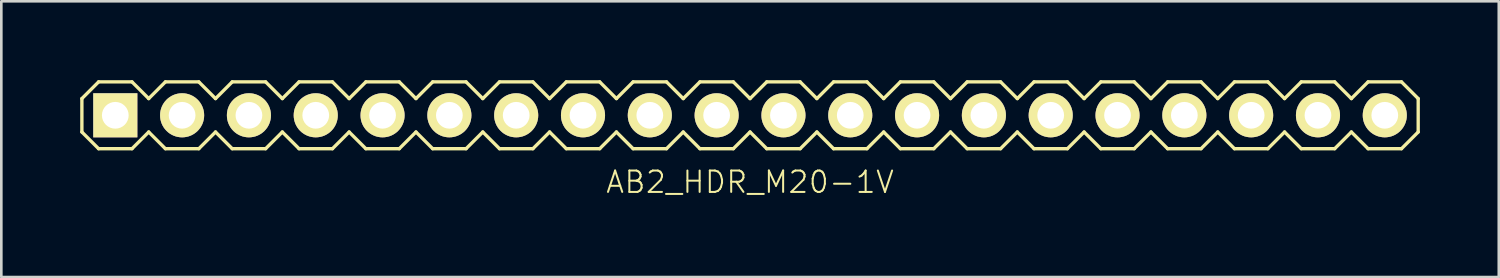
<source format=kicad_pcb>
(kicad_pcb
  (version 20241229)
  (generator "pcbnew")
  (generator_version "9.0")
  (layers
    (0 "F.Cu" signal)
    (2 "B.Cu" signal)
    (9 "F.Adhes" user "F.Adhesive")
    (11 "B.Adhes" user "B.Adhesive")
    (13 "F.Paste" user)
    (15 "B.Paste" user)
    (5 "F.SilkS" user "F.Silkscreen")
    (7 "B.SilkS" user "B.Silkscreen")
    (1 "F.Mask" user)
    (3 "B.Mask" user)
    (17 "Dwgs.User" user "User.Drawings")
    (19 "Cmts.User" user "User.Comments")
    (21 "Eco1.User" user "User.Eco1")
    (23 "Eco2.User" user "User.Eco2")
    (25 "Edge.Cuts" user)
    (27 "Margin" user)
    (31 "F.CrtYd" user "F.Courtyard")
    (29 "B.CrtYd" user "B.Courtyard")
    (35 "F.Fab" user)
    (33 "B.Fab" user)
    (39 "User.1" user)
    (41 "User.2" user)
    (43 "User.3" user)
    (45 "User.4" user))
  (footprint "AB2_HDR_M20-1V"
    (layer "F.Cu")
    (at 25.463 1.333)
    (property "Reference" "AB2_HDR_M20-1V" (at 0 2.54 0) (layer "F.SilkS") (effects (font (size 0.813 0.813) (thickness 0.076))))
    (attr through_hole)
    (fp_line (start -25.4 -0.635) (end -24.765 -1.27) (stroke (width 0.127) (type solid)) (layer "F.SilkS"))
    (fp_line (start -25.4 0.635) (end -25.4 -0.635) (stroke (width 0.127) (type solid)) (layer "F.SilkS"))
    (fp_line (start -24.765 -1.27) (end -23.495 -1.27) (stroke (width 0.127) (type solid)) (layer "F.SilkS"))
    (fp_line (start -24.765 1.27) (end -25.4 0.635) (stroke (width 0.127) (type solid)) (layer "F.SilkS"))
    (fp_line (start -23.495 -1.27) (end -22.86 -0.635) (stroke (width 0.127) (type solid)) (layer "F.SilkS"))
    (fp_line (start -23.495 1.27) (end -24.765 1.27) (stroke (width 0.127) (type solid)) (layer "F.SilkS"))
    (fp_line (start -22.86 -0.635) (end -22.225 -1.27) (stroke (width 0.127) (type solid)) (layer "F.SilkS"))
    (fp_line (start -22.86 0.635) (end -23.495 1.27) (stroke (width 0.127) (type solid)) (layer "F.SilkS"))
    (fp_line (start -22.225 -1.27) (end -20.955 -1.27) (stroke (width 0.127) (type solid)) (layer "F.SilkS"))
    (fp_line (start -22.225 1.27) (end -22.86 0.635) (stroke (width 0.127) (type solid)) (layer "F.SilkS"))
    (fp_line (start -20.955 -1.27) (end -20.32 -0.635) (stroke (width 0.127) (type solid)) (layer "F.SilkS"))
    (fp_line (start -20.955 1.27) (end -22.225 1.27) (stroke (width 0.127) (type solid)) (layer "F.SilkS"))
    (fp_line (start -20.32 -0.635) (end -19.685 -1.27) (stroke (width 0.127) (type solid)) (layer "F.SilkS"))
    (fp_line (start -20.32 0.635) (end -20.955 1.27) (stroke (width 0.127) (type solid)) (layer "F.SilkS"))
    (fp_line (start -19.685 -1.27) (end -18.415 -1.27) (stroke (width 0.127) (type solid)) (layer "F.SilkS"))
    (fp_line (start -19.685 1.27) (end -20.32 0.635) (stroke (width 0.127) (type solid)) (layer "F.SilkS"))
    (fp_line (start -18.415 -1.27) (end -17.78 -0.635) (stroke (width 0.127) (type solid)) (layer "F.SilkS"))
    (fp_line (start -18.415 1.27) (end -19.685 1.27) (stroke (width 0.127) (type solid)) (layer "F.SilkS"))
    (fp_line (start -17.78 -0.635) (end -17.145 -1.27) (stroke (width 0.127) (type solid)) (layer "F.SilkS"))
    (fp_line (start -17.78 0.635) (end -18.415 1.27) (stroke (width 0.127) (type solid)) (layer "F.SilkS"))
    (fp_line (start -17.145 -1.27) (end -15.875 -1.27) (stroke (width 0.127) (type solid)) (layer "F.SilkS"))
    (fp_line (start -17.145 1.27) (end -17.78 0.635) (stroke (width 0.127) (type solid)) (layer "F.SilkS"))
    (fp_line (start -15.875 -1.27) (end -15.24 -0.635) (stroke (width 0.127) (type solid)) (layer "F.SilkS"))
    (fp_line (start -15.875 1.27) (end -17.145 1.27) (stroke (width 0.127) (type solid)) (layer "F.SilkS"))
    (fp_line (start -15.24 -0.635) (end -14.605 -1.27) (stroke (width 0.127) (type solid)) (layer "F.SilkS"))
    (fp_line (start -15.24 0.635) (end -15.875 1.27) (stroke (width 0.127) (type solid)) (layer "F.SilkS"))
    (fp_line (start -14.605 -1.27) (end -13.335 -1.27) (stroke (width 0.127) (type solid)) (layer "F.SilkS"))
    (fp_line (start -14.605 1.27) (end -15.24 0.635) (stroke (width 0.127) (type solid)) (layer "F.SilkS"))
    (fp_line (start -13.335 -1.27) (end -12.7 -0.635) (stroke (width 0.127) (type solid)) (layer "F.SilkS"))
    (fp_line (start -13.335 1.27) (end -14.605 1.27) (stroke (width 0.127) (type solid)) (layer "F.SilkS"))
    (fp_line (start -12.7 -0.635) (end -12.065 -1.27) (stroke (width 0.127) (type solid)) (layer "F.SilkS"))
    (fp_line (start -12.7 0.635) (end -13.335 1.27) (stroke (width 0.127) (type solid)) (layer "F.SilkS"))
    (fp_line (start -12.065 -1.27) (end -10.795 -1.27) (stroke (width 0.127) (type solid)) (layer "F.SilkS"))
    (fp_line (start -12.065 1.27) (end -12.7 0.635) (stroke (width 0.127) (type solid)) (layer "F.SilkS"))
    (fp_line (start -10.795 -1.27) (end -10.16 -0.635) (stroke (width 0.127) (type solid)) (layer "F.SilkS"))
    (fp_line (start -10.795 1.27) (end -12.065 1.27) (stroke (width 0.127) (type solid)) (layer "F.SilkS"))
    (fp_line (start -10.16 -0.635) (end -9.525 -1.27) (stroke (width 0.127) (type solid)) (layer "F.SilkS"))
    (fp_line (start -10.16 0.635) (end -10.795 1.27) (stroke (width 0.127) (type solid)) (layer "F.SilkS"))
    (fp_line (start -9.525 -1.27) (end -8.255 -1.27) (stroke (width 0.127) (type solid)) (layer "F.SilkS"))
    (fp_line (start -9.525 1.27) (end -10.16 0.635) (stroke (width 0.127) (type solid)) (layer "F.SilkS"))
    (fp_line (start -8.255 -1.27) (end -7.62 -0.635) (stroke (width 0.127) (type solid)) (layer "F.SilkS"))
    (fp_line (start -8.255 1.27) (end -9.525 1.27) (stroke (width 0.127) (type solid)) (layer "F.SilkS"))
    (fp_line (start -7.62 -0.635) (end -6.985 -1.27) (stroke (width 0.127) (type solid)) (layer "F.SilkS"))
    (fp_line (start -7.62 0.635) (end -8.255 1.27) (stroke (width 0.127) (type solid)) (layer "F.SilkS"))
    (fp_line (start -6.985 -1.27) (end -5.715 -1.27) (stroke (width 0.127) (type solid)) (layer "F.SilkS"))
    (fp_line (start -6.985 1.27) (end -7.62 0.635) (stroke (width 0.127) (type solid)) (layer "F.SilkS"))
    (fp_line (start -5.715 -1.27) (end -5.08 -0.635) (stroke (width 0.127) (type solid)) (layer "F.SilkS"))
    (fp_line (start -5.715 1.27) (end -6.985 1.27) (stroke (width 0.127) (type solid)) (layer "F.SilkS"))
    (fp_line (start -5.08 -0.635) (end -4.445 -1.27) (stroke (width 0.127) (type solid)) (layer "F.SilkS"))
    (fp_line (start -5.08 0.635) (end -5.715 1.27) (stroke (width 0.127) (type solid)) (layer "F.SilkS"))
    (fp_line (start -4.445 -1.27) (end -3.175 -1.27) (stroke (width 0.127) (type solid)) (layer "F.SilkS"))
    (fp_line (start -4.445 1.27) (end -5.08 0.635) (stroke (width 0.127) (type solid)) (layer "F.SilkS"))
    (fp_line (start -3.175 -1.27) (end -2.54 -0.635) (stroke (width 0.127) (type solid)) (layer "F.SilkS"))
    (fp_line (start -3.175 1.27) (end -4.445 1.27) (stroke (width 0.127) (type solid)) (layer "F.SilkS"))
    (fp_line (start -2.54 -0.635) (end -1.905 -1.27) (stroke (width 0.127) (type solid)) (layer "F.SilkS"))
    (fp_line (start -2.54 0.635) (end -3.175 1.27) (stroke (width 0.127) (type solid)) (layer "F.SilkS"))
    (fp_line (start -1.905 -1.27) (end -0.635 -1.27) (stroke (width 0.127) (type solid)) (layer "F.SilkS"))
    (fp_line (start -1.905 1.27) (end -2.54 0.635) (stroke (width 0.127) (type solid)) (layer "F.SilkS"))
    (fp_line (start -0.635 -1.27) (end 0 -0.635) (stroke (width 0.127) (type solid)) (layer "F.SilkS"))
    (fp_line (start -0.635 1.27) (end -1.905 1.27) (stroke (width 0.127) (type solid)) (layer "F.SilkS"))
    (fp_line (start 0 -0.635) (end 0.635 -1.27) (stroke (width 0.127) (type solid)) (layer "F.SilkS"))
    (fp_line (start 0 0.635) (end -0.635 1.27) (stroke (width 0.127) (type solid)) (layer "F.SilkS"))
    (fp_line (start 0.635 -1.27) (end 1.905 -1.27) (stroke (width 0.127) (type solid)) (layer "F.SilkS"))
    (fp_line (start 0.635 1.27) (end 0 0.635) (stroke (width 0.127) (type solid)) (layer "F.SilkS"))
    (fp_line (start 1.905 -1.27) (end 2.54 -0.635) (stroke (width 0.127) (type solid)) (layer "F.SilkS"))
    (fp_line (start 1.905 1.27) (end 0.635 1.27) (stroke (width 0.127) (type solid)) (layer "F.SilkS"))
    (fp_line (start 2.54 -0.635) (end 3.175 -1.27) (stroke (width 0.127) (type solid)) (layer "F.SilkS"))
    (fp_line (start 2.54 0.635) (end 1.905 1.27) (stroke (width 0.127) (type solid)) (layer "F.SilkS"))
    (fp_line (start 3.175 -1.27) (end 4.445 -1.27) (stroke (width 0.127) (type solid)) (layer "F.SilkS"))
    (fp_line (start 3.175 1.27) (end 2.54 0.635) (stroke (width 0.127) (type solid)) (layer "F.SilkS"))
    (fp_line (start 4.445 -1.27) (end 5.08 -0.635) (stroke (width 0.127) (type solid)) (layer "F.SilkS"))
    (fp_line (start 4.445 1.27) (end 3.175 1.27) (stroke (width 0.127) (type solid)) (layer "F.SilkS"))
    (fp_line (start 5.08 -0.635) (end 5.715 -1.27) (stroke (width 0.127) (type solid)) (layer "F.SilkS"))
    (fp_line (start 5.08 0.635) (end 4.445 1.27) (stroke (width 0.127) (type solid)) (layer "F.SilkS"))
    (fp_line (start 5.715 -1.27) (end 6.985 -1.27) (stroke (width 0.127) (type solid)) (layer "F.SilkS"))
    (fp_line (start 5.715 1.27) (end 5.08 0.635) (stroke (width 0.127) (type solid)) (layer "F.SilkS"))
    (fp_line (start 6.985 -1.27) (end 7.62 -0.635) (stroke (width 0.127) (type solid)) (layer "F.SilkS"))
    (fp_line (start 6.985 1.27) (end 5.715 1.27) (stroke (width 0.127) (type solid)) (layer "F.SilkS"))
    (fp_line (start 7.62 -0.635) (end 8.255 -1.27) (stroke (width 0.127) (type solid)) (layer "F.SilkS"))
    (fp_line (start 7.62 0.635) (end 6.985 1.27) (stroke (width 0.127) (type solid)) (layer "F.SilkS"))
    (fp_line (start 8.255 -1.27) (end 9.525 -1.27) (stroke (width 0.127) (type solid)) (layer "F.SilkS"))
    (fp_line (start 8.255 1.27) (end 7.62 0.635) (stroke (width 0.127) (type solid)) (layer "F.SilkS"))
    (fp_line (start 9.525 -1.27) (end 10.16 -0.635) (stroke (width 0.127) (type solid)) (layer "F.SilkS"))
    (fp_line (start 9.525 1.27) (end 8.255 1.27) (stroke (width 0.127) (type solid)) (layer "F.SilkS"))
    (fp_line (start 10.16 -0.635) (end 10.795 -1.27) (stroke (width 0.127) (type solid)) (layer "F.SilkS"))
    (fp_line (start 10.16 0.635) (end 9.525 1.27) (stroke (width 0.127) (type solid)) (layer "F.SilkS"))
    (fp_line (start 10.795 -1.27) (end 12.065 -1.27) (stroke (width 0.127) (type solid)) (layer "F.SilkS"))
    (fp_line (start 10.795 1.27) (end 10.16 0.635) (stroke (width 0.127) (type solid)) (layer "F.SilkS"))
    (fp_line (start 12.065 -1.27) (end 12.7 -0.635) (stroke (width 0.127) (type solid)) (layer "F.SilkS"))
    (fp_line (start 12.065 1.27) (end 10.795 1.27) (stroke (width 0.127) (type solid)) (layer "F.SilkS"))
    (fp_line (start 12.7 -0.635) (end 13.335 -1.27) (stroke (width 0.127) (type solid)) (layer "F.SilkS"))
    (fp_line (start 12.7 0.635) (end 12.065 1.27) (stroke (width 0.127) (type solid)) (layer "F.SilkS"))
    (fp_line (start 13.335 -1.27) (end 14.605 -1.27) (stroke (width 0.127) (type solid)) (layer "F.SilkS"))
    (fp_line (start 13.335 1.27) (end 12.7 0.635) (stroke (width 0.127) (type solid)) (layer "F.SilkS"))
    (fp_line (start 14.605 -1.27) (end 15.24 -0.635) (stroke (width 0.127) (type solid)) (layer "F.SilkS"))
    (fp_line (start 14.605 1.27) (end 13.335 1.27) (stroke (width 0.127) (type solid)) (layer "F.SilkS"))
    (fp_line (start 15.24 -0.635) (end 15.875 -1.27) (stroke (width 0.127) (type solid)) (layer "F.SilkS"))
    (fp_line (start 15.24 0.635) (end 14.605 1.27) (stroke (width 0.127) (type solid)) (layer "F.SilkS"))
    (fp_line (start 15.875 -1.27) (end 17.145 -1.27) (stroke (width 0.127) (type solid)) (layer "F.SilkS"))
    (fp_line (start 15.875 1.27) (end 15.24 0.635) (stroke (width 0.127) (type solid)) (layer "F.SilkS"))
    (fp_line (start 17.145 -1.27) (end 17.78 -0.635) (stroke (width 0.127) (type solid)) (layer "F.SilkS"))
    (fp_line (start 17.145 1.27) (end 15.875 1.27) (stroke (width 0.127) (type solid)) (layer "F.SilkS"))
    (fp_line (start 17.78 -0.635) (end 18.415 -1.27) (stroke (width 0.127) (type solid)) (layer "F.SilkS"))
    (fp_line (start 17.78 0.635) (end 17.145 1.27) (stroke (width 0.127) (type solid)) (layer "F.SilkS"))
    (fp_line (start 18.415 -1.27) (end 19.685 -1.27) (stroke (width 0.127) (type solid)) (layer "F.SilkS"))
    (fp_line (start 18.415 1.27) (end 17.78 0.635) (stroke (width 0.127) (type solid)) (layer "F.SilkS"))
    (fp_line (start 19.685 -1.27) (end 20.32 -0.635) (stroke (width 0.127) (type solid)) (layer "F.SilkS"))
    (fp_line (start 19.685 1.27) (end 18.415 1.27) (stroke (width 0.127) (type solid)) (layer "F.SilkS"))
    (fp_line (start 20.32 -0.635) (end 20.955 -1.27) (stroke (width 0.127) (type solid)) (layer "F.SilkS"))
    (fp_line (start 20.32 0.635) (end 19.685 1.27) (stroke (width 0.127) (type solid)) (layer "F.SilkS"))
    (fp_line (start 20.955 -1.27) (end 22.225 -1.27) (stroke (width 0.127) (type solid)) (layer "F.SilkS"))
    (fp_line (start 20.955 1.27) (end 20.32 0.635) (stroke (width 0.127) (type solid)) (layer "F.SilkS"))
    (fp_line (start 22.225 -1.27) (end 22.86 -0.635) (stroke (width 0.127) (type solid)) (layer "F.SilkS"))
    (fp_line (start 22.225 1.27) (end 20.955 1.27) (stroke (width 0.127) (type solid)) (layer "F.SilkS"))
    (fp_line (start 22.86 -0.635) (end 23.495 -1.27) (stroke (width 0.127) (type solid)) (layer "F.SilkS"))
    (fp_line (start 22.86 0.635) (end 22.225 1.27) (stroke (width 0.127) (type solid)) (layer "F.SilkS"))
    (fp_line (start 23.495 -1.27) (end 24.765 -1.27) (stroke (width 0.127) (type solid)) (layer "F.SilkS"))
    (fp_line (start 23.495 1.27) (end 22.86 0.635) (stroke (width 0.127) (type solid)) (layer "F.SilkS"))
    (fp_line (start 24.765 -1.27) (end 25.4 -0.635) (stroke (width 0.127) (type solid)) (layer "F.SilkS"))
    (fp_line (start 24.765 1.27) (end 23.495 1.27) (stroke (width 0.127) (type solid)) (layer "F.SilkS"))
    (fp_line (start 25.4 -0.635) (end 25.4 0.635) (stroke (width 0.127) (type solid)) (layer "F.SilkS"))
    (fp_line (start 25.4 0.635) (end 24.765 1.27) (stroke (width 0.127) (type solid)) (layer "F.SilkS"))
    (pad "1" thru_hole rect (at -24.13 0) (size 1.676 1.676) (drill 1.016) (layers "*.Cu" "*.Mask" "F.SilkS"))
    (pad "2" thru_hole circle (at -21.59 0) (size 1.676 1.676) (drill 1.016) (layers "*.Cu" "*.Mask" "F.SilkS"))
    (pad "3" thru_hole circle (at -19.05 0) (size 1.676 1.676) (drill 1.016) (layers "*.Cu" "*.Mask" "F.SilkS"))
    (pad "4" thru_hole circle (at -16.51 0) (size 1.676 1.676) (drill 1.016) (layers "*.Cu" "*.Mask" "F.SilkS"))
    (pad "5" thru_hole circle (at -13.97 0) (size 1.676 1.676) (drill 1.016) (layers "*.Cu" "*.Mask" "F.SilkS"))
    (pad "6" thru_hole circle (at -11.43 0) (size 1.676 1.676) (drill 1.016) (layers "*.Cu" "*.Mask" "F.SilkS"))
    (pad "7" thru_hole circle (at -8.89 0) (size 1.676 1.676) (drill 1.016) (layers "*.Cu" "*.Mask" "F.SilkS"))
    (pad "8" thru_hole circle (at -6.35 0) (size 1.676 1.676) (drill 1.016) (layers "*.Cu" "*.Mask" "F.SilkS"))
    (pad "9" thru_hole circle (at -3.81 0) (size 1.676 1.676) (drill 1.016) (layers "*.Cu" "*.Mask" "F.SilkS"))
    (pad "10" thru_hole circle (at -1.27 0) (size 1.676 1.676) (drill 1.016) (layers "*.Cu" "*.Mask" "F.SilkS"))
    (pad "11" thru_hole circle (at 1.27 0) (size 1.676 1.676) (drill 1.016) (layers "*.Cu" "*.Mask" "F.SilkS"))
    (pad "12" thru_hole circle (at 3.81 0) (size 1.676 1.676) (drill 1.016) (layers "*.Cu" "*.Mask" "F.SilkS"))
    (pad "13" thru_hole circle (at 6.35 0) (size 1.676 1.676) (drill 1.016) (layers "*.Cu" "*.Mask" "F.SilkS"))
    (pad "14" thru_hole circle (at 8.89 0) (size 1.676 1.676) (drill 1.016) (layers "*.Cu" "*.Mask" "F.SilkS"))
    (pad "15" thru_hole circle (at 11.43 0) (size 1.676 1.676) (drill 1.016) (layers "*.Cu" "*.Mask" "F.SilkS"))
    (pad "16" thru_hole circle (at 13.97 0) (size 1.676 1.676) (drill 1.016) (layers "*.Cu" "*.Mask" "F.SilkS"))
    (pad "17" thru_hole circle (at 16.51 0) (size 1.676 1.676) (drill 1.016) (layers "*.Cu" "*.Mask" "F.SilkS"))
    (pad "18" thru_hole circle (at 19.05 0) (size 1.676 1.676) (drill 1.016) (layers "*.Cu" "*.Mask" "F.SilkS"))
    (pad "19" thru_hole circle (at 21.59 0) (size 1.676 1.676) (drill 1.016) (layers "*.Cu" "*.Mask" "F.SilkS"))
    (pad "20" thru_hole circle (at 24.13 0) (size 1.676 1.676) (drill 1.016) (layers "*.Cu" "*.Mask" "F.SilkS")))
  (gr_rect
    (start -3 -3)
    (end 53.927 7.483)
    (stroke (width 0.1) (type default))
    (fill no)
    (layer "Edge.Cuts")))
</source>
